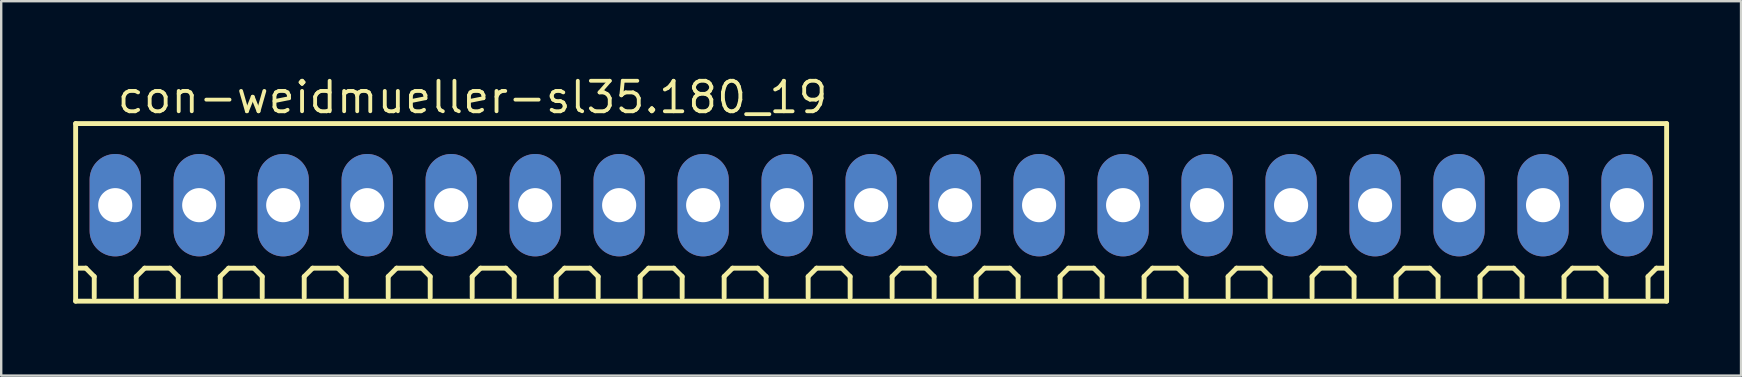
<source format=kicad_pcb>
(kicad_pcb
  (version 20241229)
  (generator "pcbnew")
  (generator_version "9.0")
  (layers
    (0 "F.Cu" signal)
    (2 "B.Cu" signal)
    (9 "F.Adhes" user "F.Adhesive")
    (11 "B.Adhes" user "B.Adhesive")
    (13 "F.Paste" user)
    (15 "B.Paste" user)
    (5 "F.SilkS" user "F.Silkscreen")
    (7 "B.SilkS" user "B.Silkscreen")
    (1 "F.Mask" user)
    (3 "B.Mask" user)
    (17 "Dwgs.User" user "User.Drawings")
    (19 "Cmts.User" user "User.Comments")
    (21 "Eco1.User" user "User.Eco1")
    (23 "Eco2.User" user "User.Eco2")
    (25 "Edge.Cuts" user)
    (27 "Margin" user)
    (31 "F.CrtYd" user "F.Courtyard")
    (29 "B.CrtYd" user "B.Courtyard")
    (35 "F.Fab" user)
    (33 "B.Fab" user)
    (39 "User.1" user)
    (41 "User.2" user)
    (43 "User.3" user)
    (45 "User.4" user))
  (footprint "con-weidmueller-sl35.180_19"
    (layer "F.Cu")
    (at 33.252 5.5)
    (property "Reference" "con-weidmueller-sl35.180_19" (at -31.5 -3.75 0) (layer "F.SilkS") (effects (font (size 1.27 1.27) (thickness 0.16)) (justify left bottom)))
    (attr through_hole)
    (fp_line (start -33.15 -3.4) (end 33.15 -3.4) (stroke (width 0.203) (type default)) (layer "F.SilkS"))
    (fp_line (start -33.15 4) (end -33.15 -3.4) (stroke (width 0.203) (type default)) (layer "F.SilkS"))
    (fp_line (start -32.725 2.625) (end -33.075 2.625) (stroke (width 0.203) (type default)) (layer "F.SilkS"))
    (fp_line (start -32.375 2.975) (end -32.725 2.625) (stroke (width 0.203) (type default)) (layer "F.SilkS"))
    (fp_line (start -32.375 3.85) (end -32.375 2.975) (stroke (width 0.203) (type default)) (layer "F.SilkS"))
    (fp_line (start -30.625 2.975) (end -30.275 2.625) (stroke (width 0.203) (type default)) (layer "F.SilkS"))
    (fp_line (start -30.625 3.85) (end -30.625 2.975) (stroke (width 0.203) (type default)) (layer "F.SilkS"))
    (fp_line (start -30.275 2.625) (end -29.225 2.625) (stroke (width 0.203) (type default)) (layer "F.SilkS"))
    (fp_line (start -29.225 2.625) (end -28.875 2.975) (stroke (width 0.203) (type default)) (layer "F.SilkS"))
    (fp_line (start -28.875 2.975) (end -28.875 3.85) (stroke (width 0.203) (type default)) (layer "F.SilkS"))
    (fp_line (start -27.125 2.975) (end -26.775 2.625) (stroke (width 0.203) (type default)) (layer "F.SilkS"))
    (fp_line (start -27.125 3.85) (end -27.125 2.975) (stroke (width 0.203) (type default)) (layer "F.SilkS"))
    (fp_line (start -26.775 2.625) (end -25.725 2.625) (stroke (width 0.203) (type default)) (layer "F.SilkS"))
    (fp_line (start -25.725 2.625) (end -25.375 2.975) (stroke (width 0.203) (type default)) (layer "F.SilkS"))
    (fp_line (start -25.375 2.975) (end -25.375 3.85) (stroke (width 0.203) (type default)) (layer "F.SilkS"))
    (fp_line (start -23.625 2.975) (end -23.275 2.625) (stroke (width 0.203) (type default)) (layer "F.SilkS"))
    (fp_line (start -23.625 3.85) (end -23.625 2.975) (stroke (width 0.203) (type default)) (layer "F.SilkS"))
    (fp_line (start -23.275 2.625) (end -22.225 2.625) (stroke (width 0.203) (type default)) (layer "F.SilkS"))
    (fp_line (start -22.225 2.625) (end -21.875 2.975) (stroke (width 0.203) (type default)) (layer "F.SilkS"))
    (fp_line (start -21.875 2.975) (end -21.875 3.85) (stroke (width 0.203) (type default)) (layer "F.SilkS"))
    (fp_line (start -20.125 2.975) (end -19.775 2.625) (stroke (width 0.203) (type default)) (layer "F.SilkS"))
    (fp_line (start -20.125 3.85) (end -20.125 2.975) (stroke (width 0.203) (type default)) (layer "F.SilkS"))
    (fp_line (start -19.775 2.625) (end -18.725 2.625) (stroke (width 0.203) (type default)) (layer "F.SilkS"))
    (fp_line (start -18.725 2.625) (end -18.375 2.975) (stroke (width 0.203) (type default)) (layer "F.SilkS"))
    (fp_line (start -18.375 2.975) (end -18.375 3.85) (stroke (width 0.203) (type default)) (layer "F.SilkS"))
    (fp_line (start -16.625 2.975) (end -16.275 2.625) (stroke (width 0.203) (type default)) (layer "F.SilkS"))
    (fp_line (start -16.625 3.85) (end -16.625 2.975) (stroke (width 0.203) (type default)) (layer "F.SilkS"))
    (fp_line (start -16.275 2.625) (end -15.225 2.625) (stroke (width 0.203) (type default)) (layer "F.SilkS"))
    (fp_line (start -15.225 2.625) (end -14.875 2.975) (stroke (width 0.203) (type default)) (layer "F.SilkS"))
    (fp_line (start -14.875 2.975) (end -14.875 3.85) (stroke (width 0.203) (type default)) (layer "F.SilkS"))
    (fp_line (start -13.125 2.975) (end -12.775 2.625) (stroke (width 0.203) (type default)) (layer "F.SilkS"))
    (fp_line (start -13.125 3.85) (end -13.125 2.975) (stroke (width 0.203) (type default)) (layer "F.SilkS"))
    (fp_line (start -12.775 2.625) (end -11.725 2.625) (stroke (width 0.203) (type default)) (layer "F.SilkS"))
    (fp_line (start -11.725 2.625) (end -11.375 2.975) (stroke (width 0.203) (type default)) (layer "F.SilkS"))
    (fp_line (start -11.375 2.975) (end -11.375 3.85) (stroke (width 0.203) (type default)) (layer "F.SilkS"))
    (fp_line (start -9.625 2.975) (end -9.275 2.625) (stroke (width 0.203) (type default)) (layer "F.SilkS"))
    (fp_line (start -9.625 3.85) (end -9.625 2.975) (stroke (width 0.203) (type default)) (layer "F.SilkS"))
    (fp_line (start -9.275 2.625) (end -8.225 2.625) (stroke (width 0.203) (type default)) (layer "F.SilkS"))
    (fp_line (start -8.225 2.625) (end -7.875 2.975) (stroke (width 0.203) (type default)) (layer "F.SilkS"))
    (fp_line (start -7.875 2.975) (end -7.875 3.85) (stroke (width 0.203) (type default)) (layer "F.SilkS"))
    (fp_line (start -6.125 2.975) (end -5.775 2.625) (stroke (width 0.203) (type default)) (layer "F.SilkS"))
    (fp_line (start -6.125 3.85) (end -6.125 2.975) (stroke (width 0.203) (type default)) (layer "F.SilkS"))
    (fp_line (start -5.775 2.625) (end -4.725 2.625) (stroke (width 0.203) (type default)) (layer "F.SilkS"))
    (fp_line (start -4.725 2.625) (end -4.375 2.975) (stroke (width 0.203) (type default)) (layer "F.SilkS"))
    (fp_line (start -4.375 2.975) (end -4.375 3.85) (stroke (width 0.203) (type default)) (layer "F.SilkS"))
    (fp_line (start -2.625 2.975) (end -2.275 2.625) (stroke (width 0.203) (type default)) (layer "F.SilkS"))
    (fp_line (start -2.625 3.85) (end -2.625 2.975) (stroke (width 0.203) (type default)) (layer "F.SilkS"))
    (fp_line (start -2.275 2.625) (end -1.225 2.625) (stroke (width 0.203) (type default)) (layer "F.SilkS"))
    (fp_line (start -1.225 2.625) (end -0.875 2.975) (stroke (width 0.203) (type default)) (layer "F.SilkS"))
    (fp_line (start -0.875 2.975) (end -0.875 3.85) (stroke (width 0.203) (type default)) (layer "F.SilkS"))
    (fp_line (start 0.875 2.975) (end 1.225 2.625) (stroke (width 0.203) (type default)) (layer "F.SilkS"))
    (fp_line (start 0.875 3.85) (end 0.875 2.975) (stroke (width 0.203) (type default)) (layer "F.SilkS"))
    (fp_line (start 1.225 2.625) (end 2.275 2.625) (stroke (width 0.203) (type default)) (layer "F.SilkS"))
    (fp_line (start 2.275 2.625) (end 2.625 2.975) (stroke (width 0.203) (type default)) (layer "F.SilkS"))
    (fp_line (start 2.625 2.975) (end 2.625 3.85) (stroke (width 0.203) (type default)) (layer "F.SilkS"))
    (fp_line (start 4.375 2.975) (end 4.725 2.625) (stroke (width 0.203) (type default)) (layer "F.SilkS"))
    (fp_line (start 4.375 3.85) (end 4.375 2.975) (stroke (width 0.203) (type default)) (layer "F.SilkS"))
    (fp_line (start 4.725 2.625) (end 5.775 2.625) (stroke (width 0.203) (type default)) (layer "F.SilkS"))
    (fp_line (start 5.775 2.625) (end 6.125 2.975) (stroke (width 0.203) (type default)) (layer "F.SilkS"))
    (fp_line (start 6.125 2.975) (end 6.125 3.85) (stroke (width 0.203) (type default)) (layer "F.SilkS"))
    (fp_line (start 7.875 2.975) (end 8.225 2.625) (stroke (width 0.203) (type default)) (layer "F.SilkS"))
    (fp_line (start 7.875 3.85) (end 7.875 2.975) (stroke (width 0.203) (type default)) (layer "F.SilkS"))
    (fp_line (start 8.225 2.625) (end 9.275 2.625) (stroke (width 0.203) (type default)) (layer "F.SilkS"))
    (fp_line (start 9.275 2.625) (end 9.625 2.975) (stroke (width 0.203) (type default)) (layer "F.SilkS"))
    (fp_line (start 9.625 2.975) (end 9.625 3.85) (stroke (width 0.203) (type default)) (layer "F.SilkS"))
    (fp_line (start 11.375 2.975) (end 11.725 2.625) (stroke (width 0.203) (type default)) (layer "F.SilkS"))
    (fp_line (start 11.375 3.85) (end 11.375 2.975) (stroke (width 0.203) (type default)) (layer "F.SilkS"))
    (fp_line (start 11.725 2.625) (end 12.775 2.625) (stroke (width 0.203) (type default)) (layer "F.SilkS"))
    (fp_line (start 12.775 2.625) (end 13.125 2.975) (stroke (width 0.203) (type default)) (layer "F.SilkS"))
    (fp_line (start 13.125 2.975) (end 13.125 3.85) (stroke (width 0.203) (type default)) (layer "F.SilkS"))
    (fp_line (start 14.875 2.975) (end 15.225 2.625) (stroke (width 0.203) (type default)) (layer "F.SilkS"))
    (fp_line (start 14.875 3.85) (end 14.875 2.975) (stroke (width 0.203) (type default)) (layer "F.SilkS"))
    (fp_line (start 15.225 2.625) (end 16.275 2.625) (stroke (width 0.203) (type default)) (layer "F.SilkS"))
    (fp_line (start 16.275 2.625) (end 16.625 2.975) (stroke (width 0.203) (type default)) (layer "F.SilkS"))
    (fp_line (start 16.625 2.975) (end 16.625 3.85) (stroke (width 0.203) (type default)) (layer "F.SilkS"))
    (fp_line (start 18.375 2.975) (end 18.725 2.625) (stroke (width 0.203) (type default)) (layer "F.SilkS"))
    (fp_line (start 18.375 3.85) (end 18.375 2.975) (stroke (width 0.203) (type default)) (layer "F.SilkS"))
    (fp_line (start 18.725 2.625) (end 19.775 2.625) (stroke (width 0.203) (type default)) (layer "F.SilkS"))
    (fp_line (start 19.775 2.625) (end 20.125 2.975) (stroke (width 0.203) (type default)) (layer "F.SilkS"))
    (fp_line (start 20.125 2.975) (end 20.125 3.85) (stroke (width 0.203) (type default)) (layer "F.SilkS"))
    (fp_line (start 21.875 2.975) (end 22.225 2.625) (stroke (width 0.203) (type default)) (layer "F.SilkS"))
    (fp_line (start 21.875 3.85) (end 21.875 2.975) (stroke (width 0.203) (type default)) (layer "F.SilkS"))
    (fp_line (start 22.225 2.625) (end 23.275 2.625) (stroke (width 0.203) (type default)) (layer "F.SilkS"))
    (fp_line (start 23.275 2.625) (end 23.625 2.975) (stroke (width 0.203) (type default)) (layer "F.SilkS"))
    (fp_line (start 23.625 2.975) (end 23.625 3.85) (stroke (width 0.203) (type default)) (layer "F.SilkS"))
    (fp_line (start 25.375 2.975) (end 25.725 2.625) (stroke (width 0.203) (type default)) (layer "F.SilkS"))
    (fp_line (start 25.375 3.85) (end 25.375 2.975) (stroke (width 0.203) (type default)) (layer "F.SilkS"))
    (fp_line (start 25.725 2.625) (end 26.775 2.625) (stroke (width 0.203) (type default)) (layer "F.SilkS"))
    (fp_line (start 26.775 2.625) (end 27.125 2.975) (stroke (width 0.203) (type default)) (layer "F.SilkS"))
    (fp_line (start 27.125 2.975) (end 27.125 3.85) (stroke (width 0.203) (type default)) (layer "F.SilkS"))
    (fp_line (start 28.875 2.975) (end 29.225 2.625) (stroke (width 0.203) (type default)) (layer "F.SilkS"))
    (fp_line (start 28.875 3.85) (end 28.875 2.975) (stroke (width 0.203) (type default)) (layer "F.SilkS"))
    (fp_line (start 29.225 2.625) (end 30.275 2.625) (stroke (width 0.203) (type default)) (layer "F.SilkS"))
    (fp_line (start 30.275 2.625) (end 30.625 2.975) (stroke (width 0.203) (type default)) (layer "F.SilkS"))
    (fp_line (start 30.625 2.975) (end 30.625 3.85) (stroke (width 0.203) (type default)) (layer "F.SilkS"))
    (fp_line (start 32.375 2.975) (end 32.725 2.625) (stroke (width 0.203) (type default)) (layer "F.SilkS"))
    (fp_line (start 32.375 3.85) (end 32.375 2.975) (stroke (width 0.203) (type default)) (layer "F.SilkS"))
    (fp_line (start 32.725 2.625) (end 33.075 2.625) (stroke (width 0.203) (type default)) (layer "F.SilkS"))
    (fp_line (start 33.15 -3.4) (end 33.15 4) (stroke (width 0.203) (type default)) (layer "F.SilkS"))
    (fp_line (start 33.15 4) (end -33.15 4) (stroke (width 0.203) (type default)) (layer "F.SilkS"))
    (pad "1" thru_hole oval (at -31.5 0 90) (size 4.267 2.134) (drill 1.422) (layers "*.Cu" "*.Mask"))
    (pad "2" thru_hole oval (at -28 0 90) (size 4.267 2.134) (drill 1.422) (layers "*.Cu" "*.Mask"))
    (pad "3" thru_hole oval (at -24.5 0 90) (size 4.267 2.134) (drill 1.422) (layers "*.Cu" "*.Mask"))
    (pad "4" thru_hole oval (at -21 0 90) (size 4.267 2.134) (drill 1.422) (layers "*.Cu" "*.Mask"))
    (pad "5" thru_hole oval (at -17.5 0 90) (size 4.267 2.134) (drill 1.422) (layers "*.Cu" "*.Mask"))
    (pad "6" thru_hole oval (at -14 0 90) (size 4.267 2.134) (drill 1.422) (layers "*.Cu" "*.Mask"))
    (pad "7" thru_hole oval (at -10.5 0 90) (size 4.267 2.134) (drill 1.422) (layers "*.Cu" "*.Mask"))
    (pad "8" thru_hole oval (at -7 0 90) (size 4.267 2.134) (drill 1.422) (layers "*.Cu" "*.Mask"))
    (pad "9" thru_hole oval (at -3.5 0 90) (size 4.267 2.134) (drill 1.422) (layers "*.Cu" "*.Mask"))
    (pad "10" thru_hole oval (at 0 0 90) (size 4.267 2.134) (drill 1.422) (layers "*.Cu" "*.Mask"))
    (pad "11" thru_hole oval (at 3.5 0 90) (size 4.267 2.134) (drill 1.422) (layers "*.Cu" "*.Mask"))
    (pad "12" thru_hole oval (at 7 0 90) (size 4.267 2.134) (drill 1.422) (layers "*.Cu" "*.Mask"))
    (pad "13" thru_hole oval (at 10.5 0 90) (size 4.267 2.134) (drill 1.422) (layers "*.Cu" "*.Mask"))
    (pad "14" thru_hole oval (at 14 0 90) (size 4.267 2.134) (drill 1.422) (layers "*.Cu" "*.Mask"))
    (pad "15" thru_hole oval (at 17.5 0 90) (size 4.267 2.134) (drill 1.422) (layers "*.Cu" "*.Mask"))
    (pad "16" thru_hole oval (at 21 0 90) (size 4.267 2.134) (drill 1.422) (layers "*.Cu" "*.Mask"))
    (pad "17" thru_hole oval (at 24.5 0 90) (size 4.267 2.134) (drill 1.422) (layers "*.Cu" "*.Mask"))
    (pad "18" thru_hole oval (at 28 0 90) (size 4.267 2.134) (drill 1.422) (layers "*.Cu" "*.Mask"))
    (pad "19" thru_hole oval (at 31.5 0 90) (size 4.267 2.134) (drill 1.422) (layers "*.Cu" "*.Mask")))
  (gr_rect
    (start -3 -3)
    (end 69.503 12.602)
    (stroke (width 0.1) (type default))
    (fill no)
    (layer "Edge.Cuts")))
</source>
